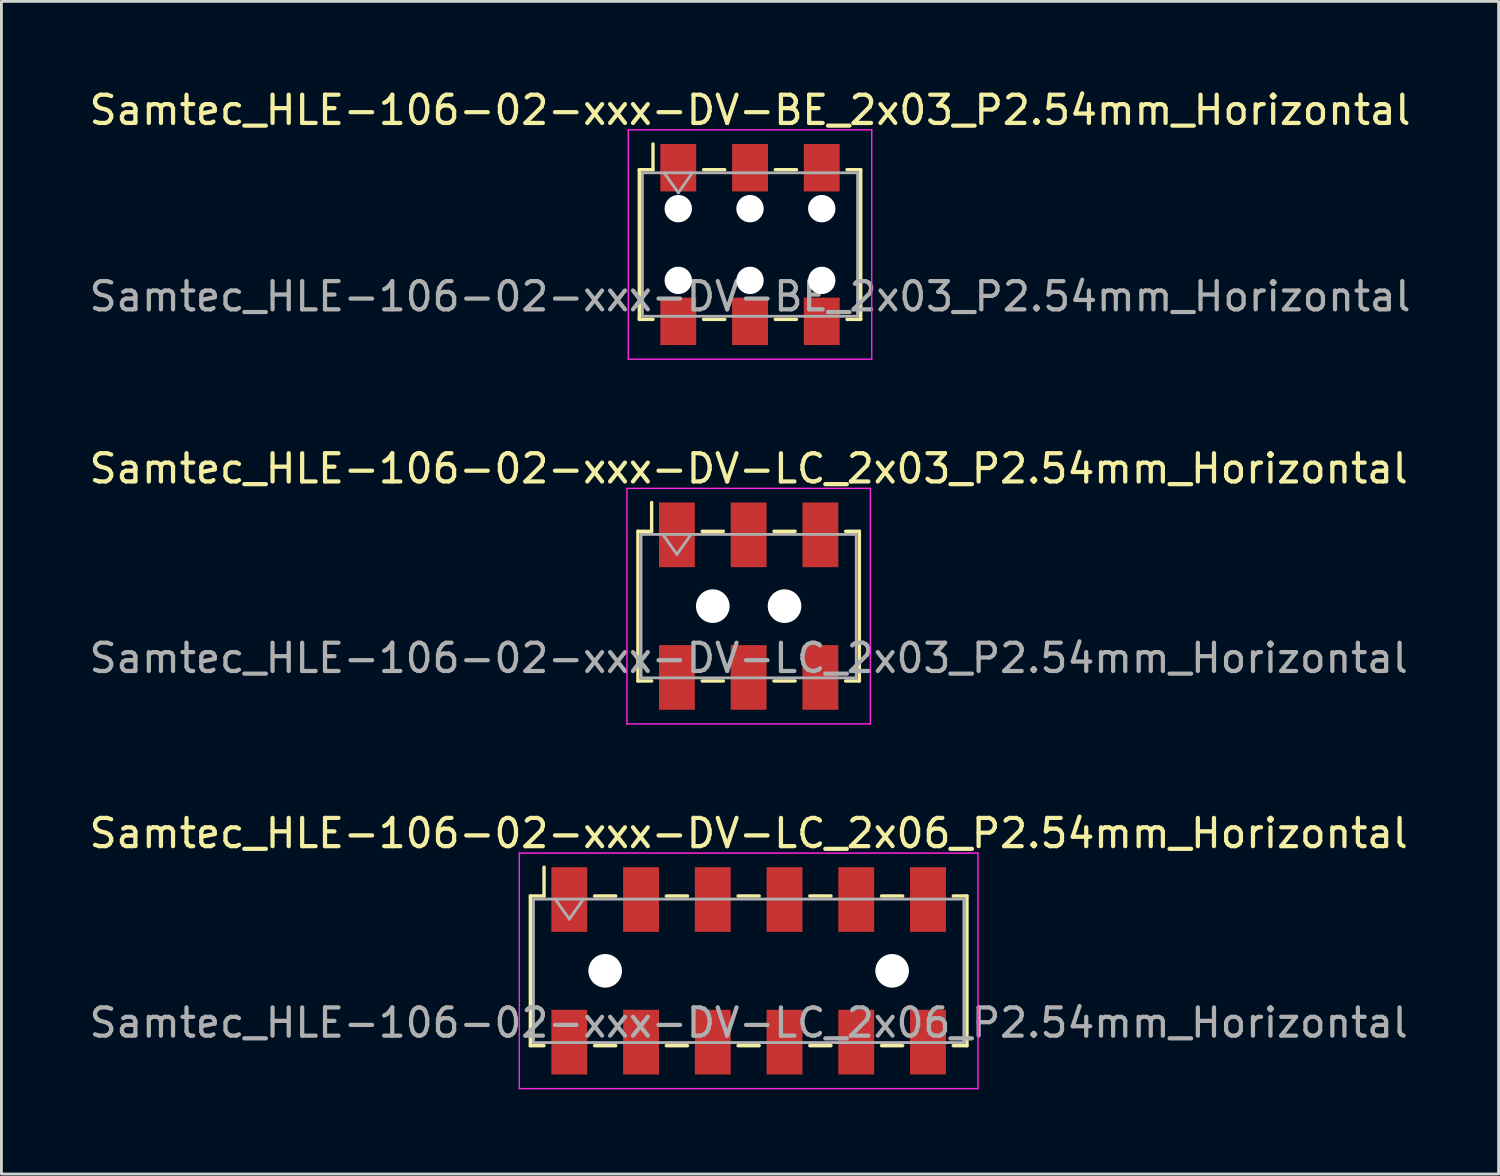
<source format=kicad_pcb>
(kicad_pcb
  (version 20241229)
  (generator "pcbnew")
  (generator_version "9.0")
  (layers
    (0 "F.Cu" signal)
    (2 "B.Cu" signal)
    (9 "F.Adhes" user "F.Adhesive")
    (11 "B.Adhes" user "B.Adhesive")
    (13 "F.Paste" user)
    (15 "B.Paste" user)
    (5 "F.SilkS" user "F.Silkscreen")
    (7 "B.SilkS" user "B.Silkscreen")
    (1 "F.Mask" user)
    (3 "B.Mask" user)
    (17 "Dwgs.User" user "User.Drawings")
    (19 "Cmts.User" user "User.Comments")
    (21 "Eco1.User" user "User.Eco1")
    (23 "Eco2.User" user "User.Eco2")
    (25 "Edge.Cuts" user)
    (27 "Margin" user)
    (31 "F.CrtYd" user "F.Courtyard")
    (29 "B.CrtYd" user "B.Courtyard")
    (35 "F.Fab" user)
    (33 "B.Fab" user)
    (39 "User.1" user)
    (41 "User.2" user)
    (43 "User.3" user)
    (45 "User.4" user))
  (footprint "Samtec_HLE-106-02-xxx-DV-BE_2x03_P2.54mm_Horizontal"
    (layer "F.Cu")
    (at 23.506 5.608)
    (property "Reference" "Samtec_HLE-106-02-xxx-DV-BE_2x03_P2.54mm_Horizontal" (at 0 -4.76 0) (layer "F.SilkS") (effects (font (size 1 1) (thickness 0.15))))
    (attr smd)
    (fp_line (start -3.92 -2.65) (end -3.92 2.65) (stroke (width 0.12) (type solid)) (layer "F.SilkS"))
    (fp_line (start -3.92 2.65) (end -3.435 2.65) (stroke (width 0.12) (type solid)) (layer "F.SilkS"))
    (fp_line (start -3.435 -3.56) (end -3.435 -2.65) (stroke (width 0.12) (type solid)) (layer "F.SilkS"))
    (fp_line (start -3.435 -2.65) (end -3.92 -2.65) (stroke (width 0.12) (type solid)) (layer "F.SilkS"))
    (fp_line (start -1.645 -2.65) (end -0.895 -2.65) (stroke (width 0.12) (type solid)) (layer "F.SilkS"))
    (fp_line (start -1.645 2.65) (end -0.895 2.65) (stroke (width 0.12) (type solid)) (layer "F.SilkS"))
    (fp_line (start 0.895 -2.65) (end 1.645 -2.65) (stroke (width 0.12) (type solid)) (layer "F.SilkS"))
    (fp_line (start 0.895 2.65) (end 1.645 2.65) (stroke (width 0.12) (type solid)) (layer "F.SilkS"))
    (fp_line (start 3.435 -2.65) (end 3.92 -2.65) (stroke (width 0.12) (type solid)) (layer "F.SilkS"))
    (fp_line (start 3.92 -2.65) (end 3.92 2.65) (stroke (width 0.12) (type solid)) (layer "F.SilkS"))
    (fp_line (start 3.92 2.65) (end 3.435 2.65) (stroke (width 0.12) (type solid)) (layer "F.SilkS"))
    (fp_line (start -4.31 -4.06) (end 4.31 -4.06) (stroke (width 0.05) (type solid)) (layer "F.CrtYd"))
    (fp_line (start -4.31 4.06) (end -4.31 -4.06) (stroke (width 0.05) (type solid)) (layer "F.CrtYd"))
    (fp_line (start 4.31 -4.06) (end 4.31 4.06) (stroke (width 0.05) (type solid)) (layer "F.CrtYd"))
    (fp_line (start 4.31 4.06) (end -4.31 4.06) (stroke (width 0.05) (type solid)) (layer "F.CrtYd"))
    (fp_line (start -3.81 -2.54) (end 3.81 -2.54) (stroke (width 0.1) (type solid)) (layer "F.Fab"))
    (fp_line (start -3.81 2.54) (end -3.81 -2.54) (stroke (width 0.1) (type solid)) (layer "F.Fab"))
    (fp_line (start -3.04 -2.54) (end -2.54 -1.833) (stroke (width 0.1) (type solid)) (layer "F.Fab"))
    (fp_line (start -2.54 -1.833) (end -2.04 -2.54) (stroke (width 0.1) (type solid)) (layer "F.Fab"))
    (fp_line (start 3.81 -2.54) (end 3.81 2.54) (stroke (width 0.1) (type solid)) (layer "F.Fab"))
    (fp_line (start 3.81 2.54) (end -3.81 2.54) (stroke (width 0.1) (type solid)) (layer "F.Fab"))
    (fp_text user "${REFERENCE}" (at 0 1.84 0) (layer "F.Fab") (effects (font (size 1 1) (thickness 0.15))))
    (pad "" np_thru_hole circle (at -2.54 -1.27) (size 0.97 0.97) (drill 0.97) (layers "*.Cu" "*.Mask"))
    (pad "" np_thru_hole circle (at -2.54 1.27) (size 0.97 0.97) (drill 0.97) (layers "*.Cu" "*.Mask"))
    (pad "" np_thru_hole circle (at 0 -1.27) (size 0.97 0.97) (drill 0.97) (layers "*.Cu" "*.Mask"))
    (pad "" np_thru_hole circle (at 0 1.27) (size 0.97 0.97) (drill 0.97) (layers "*.Cu" "*.Mask"))
    (pad "" np_thru_hole circle (at 2.54 -1.27) (size 0.97 0.97) (drill 0.97) (layers "*.Cu" "*.Mask"))
    (pad "" np_thru_hole circle (at 2.54 1.27) (size 0.97 0.97) (drill 0.97) (layers "*.Cu" "*.Mask"))
    (pad "1" smd rect (at -2.54 -2.72) (size 1.27 1.68) (layers "F.Cu" "F.Mask" "F.Paste"))
    (pad "2" smd rect (at -2.54 2.72) (size 1.27 1.68) (layers "F.Cu" "F.Mask" "F.Paste"))
    (pad "3" smd rect (at 0 -2.72) (size 1.27 1.68) (layers "F.Cu" "F.Mask" "F.Paste"))
    (pad "4" smd rect (at 0 2.72) (size 1.27 1.68) (layers "F.Cu" "F.Mask" "F.Paste"))
    (pad "5" smd rect (at 2.54 -2.72) (size 1.27 1.68) (layers "F.Cu" "F.Mask" "F.Paste"))
    (pad "6" smd rect (at 2.54 2.72) (size 1.27 1.68) (layers "F.Cu" "F.Mask" "F.Paste")))
  (footprint "Samtec_HLE-106-02-xxx-DV-LC_2x03_P2.54mm_Horizontal"
    (layer "F.Cu")
    (at 23.458 18.412)
    (property "Reference" "Samtec_HLE-106-02-xxx-DV-LC_2x03_P2.54mm_Horizontal" (at 0 -4.87 0) (layer "F.SilkS") (effects (font (size 1 1) (thickness 0.15))))
    (attr smd)
    (fp_line (start -3.92 -2.65) (end -3.92 2.65) (stroke (width 0.12) (type solid)) (layer "F.SilkS"))
    (fp_line (start -3.92 2.65) (end -3.435 2.65) (stroke (width 0.12) (type solid)) (layer "F.SilkS"))
    (fp_line (start -3.435 -3.67) (end -3.435 -2.65) (stroke (width 0.12) (type solid)) (layer "F.SilkS"))
    (fp_line (start -3.435 -2.65) (end -3.92 -2.65) (stroke (width 0.12) (type solid)) (layer "F.SilkS"))
    (fp_line (start -1.645 -2.65) (end -0.895 -2.65) (stroke (width 0.12) (type solid)) (layer "F.SilkS"))
    (fp_line (start -1.645 2.65) (end -0.895 2.65) (stroke (width 0.12) (type solid)) (layer "F.SilkS"))
    (fp_line (start 0.895 -2.65) (end 1.645 -2.65) (stroke (width 0.12) (type solid)) (layer "F.SilkS"))
    (fp_line (start 0.895 2.65) (end 1.645 2.65) (stroke (width 0.12) (type solid)) (layer "F.SilkS"))
    (fp_line (start 3.435 -2.65) (end 3.92 -2.65) (stroke (width 0.12) (type solid)) (layer "F.SilkS"))
    (fp_line (start 3.92 -2.65) (end 3.92 2.65) (stroke (width 0.12) (type solid)) (layer "F.SilkS"))
    (fp_line (start 3.92 2.65) (end 3.435 2.65) (stroke (width 0.12) (type solid)) (layer "F.SilkS"))
    (fp_line (start -4.31 -4.17) (end 4.31 -4.17) (stroke (width 0.05) (type solid)) (layer "F.CrtYd"))
    (fp_line (start -4.31 4.17) (end -4.31 -4.17) (stroke (width 0.05) (type solid)) (layer "F.CrtYd"))
    (fp_line (start 4.31 -4.17) (end 4.31 4.17) (stroke (width 0.05) (type solid)) (layer "F.CrtYd"))
    (fp_line (start 4.31 4.17) (end -4.31 4.17) (stroke (width 0.05) (type solid)) (layer "F.CrtYd"))
    (fp_line (start -3.81 -2.54) (end 3.81 -2.54) (stroke (width 0.1) (type solid)) (layer "F.Fab"))
    (fp_line (start -3.81 2.54) (end -3.81 -2.54) (stroke (width 0.1) (type solid)) (layer "F.Fab"))
    (fp_line (start -3.04 -2.54) (end -2.54 -1.833) (stroke (width 0.1) (type solid)) (layer "F.Fab"))
    (fp_line (start -2.54 -1.833) (end -2.04 -2.54) (stroke (width 0.1) (type solid)) (layer "F.Fab"))
    (fp_line (start 3.81 -2.54) (end 3.81 2.54) (stroke (width 0.1) (type solid)) (layer "F.Fab"))
    (fp_line (start 3.81 2.54) (end -3.81 2.54) (stroke (width 0.1) (type solid)) (layer "F.Fab"))
    (fp_text user "${REFERENCE}" (at 0 1.84 0) (layer "F.Fab") (effects (font (size 1 1) (thickness 0.15))))
    (pad "" np_thru_hole circle (at -1.27 0) (size 1.19 1.19) (drill 1.19) (layers "*.Cu" "*.Mask"))
    (pad "" np_thru_hole circle (at 1.27 0) (size 1.19 1.19) (drill 1.19) (layers "*.Cu" "*.Mask"))
    (pad "1" smd rect (at -2.54 -2.525) (size 1.27 2.29) (layers "F.Cu" "F.Mask" "F.Paste"))
    (pad "2" smd rect (at -2.54 2.525) (size 1.27 2.29) (layers "F.Cu" "F.Mask" "F.Paste"))
    (pad "3" smd rect (at 0 -2.525) (size 1.27 2.29) (layers "F.Cu" "F.Mask" "F.Paste"))
    (pad "4" smd rect (at 0 2.525) (size 1.27 2.29) (layers "F.Cu" "F.Mask" "F.Paste"))
    (pad "5" smd rect (at 2.54 -2.525) (size 1.27 2.29) (layers "F.Cu" "F.Mask" "F.Paste"))
    (pad "6" smd rect (at 2.54 2.525) (size 1.27 2.29) (layers "F.Cu" "F.Mask" "F.Paste")))
  (footprint "Samtec_HLE-106-02-xxx-DV-LC_2x06_P2.54mm_Horizontal"
    (layer "F.Cu")
    (at 23.458 31.325)
    (property "Reference" "Samtec_HLE-106-02-xxx-DV-LC_2x06_P2.54mm_Horizontal" (at 0 -4.87 0) (layer "F.SilkS") (effects (font (size 1 1) (thickness 0.15))))
    (attr smd)
    (fp_line (start -7.73 -2.65) (end -7.73 2.65) (stroke (width 0.12) (type solid)) (layer "F.SilkS"))
    (fp_line (start -7.73 2.65) (end -7.245 2.65) (stroke (width 0.12) (type solid)) (layer "F.SilkS"))
    (fp_line (start -7.245 -3.67) (end -7.245 -2.65) (stroke (width 0.12) (type solid)) (layer "F.SilkS"))
    (fp_line (start -7.245 -2.65) (end -7.73 -2.65) (stroke (width 0.12) (type solid)) (layer "F.SilkS"))
    (fp_line (start -5.455 -2.65) (end -4.705 -2.65) (stroke (width 0.12) (type solid)) (layer "F.SilkS"))
    (fp_line (start -5.455 2.65) (end -4.705 2.65) (stroke (width 0.12) (type solid)) (layer "F.SilkS"))
    (fp_line (start -2.915 -2.65) (end -2.165 -2.65) (stroke (width 0.12) (type solid)) (layer "F.SilkS"))
    (fp_line (start -2.915 2.65) (end -2.165 2.65) (stroke (width 0.12) (type solid)) (layer "F.SilkS"))
    (fp_line (start -0.375 -2.65) (end 0.375 -2.65) (stroke (width 0.12) (type solid)) (layer "F.SilkS"))
    (fp_line (start -0.375 2.65) (end 0.375 2.65) (stroke (width 0.12) (type solid)) (layer "F.SilkS"))
    (fp_line (start 2.165 -2.65) (end 2.915 -2.65) (stroke (width 0.12) (type solid)) (layer "F.SilkS"))
    (fp_line (start 2.165 2.65) (end 2.915 2.65) (stroke (width 0.12) (type solid)) (layer "F.SilkS"))
    (fp_line (start 4.705 -2.65) (end 5.455 -2.65) (stroke (width 0.12) (type solid)) (layer "F.SilkS"))
    (fp_line (start 4.705 2.65) (end 5.455 2.65) (stroke (width 0.12) (type solid)) (layer "F.SilkS"))
    (fp_line (start 7.245 -2.65) (end 7.73 -2.65) (stroke (width 0.12) (type solid)) (layer "F.SilkS"))
    (fp_line (start 7.73 -2.65) (end 7.73 2.65) (stroke (width 0.12) (type solid)) (layer "F.SilkS"))
    (fp_line (start 7.73 2.65) (end 7.245 2.65) (stroke (width 0.12) (type solid)) (layer "F.SilkS"))
    (fp_line (start -8.12 -4.17) (end 8.12 -4.17) (stroke (width 0.05) (type solid)) (layer "F.CrtYd"))
    (fp_line (start -8.12 4.17) (end -8.12 -4.17) (stroke (width 0.05) (type solid)) (layer "F.CrtYd"))
    (fp_line (start 8.12 -4.17) (end 8.12 4.17) (stroke (width 0.05) (type solid)) (layer "F.CrtYd"))
    (fp_line (start 8.12 4.17) (end -8.12 4.17) (stroke (width 0.05) (type solid)) (layer "F.CrtYd"))
    (fp_line (start -7.62 -2.54) (end 7.62 -2.54) (stroke (width 0.1) (type solid)) (layer "F.Fab"))
    (fp_line (start -7.62 2.54) (end -7.62 -2.54) (stroke (width 0.1) (type solid)) (layer "F.Fab"))
    (fp_line (start -6.85 -2.54) (end -6.35 -1.833) (stroke (width 0.1) (type solid)) (layer "F.Fab"))
    (fp_line (start -6.35 -1.833) (end -5.85 -2.54) (stroke (width 0.1) (type solid)) (layer "F.Fab"))
    (fp_line (start 7.62 -2.54) (end 7.62 2.54) (stroke (width 0.1) (type solid)) (layer "F.Fab"))
    (fp_line (start 7.62 2.54) (end -7.62 2.54) (stroke (width 0.1) (type solid)) (layer "F.Fab"))
    (fp_text user "${REFERENCE}" (at 0 1.84 0) (layer "F.Fab") (effects (font (size 1 1) (thickness 0.15))))
    (pad "" np_thru_hole circle (at -5.08 0) (size 1.19 1.19) (drill 1.19) (layers "*.Cu" "*.Mask"))
    (pad "" np_thru_hole circle (at 5.08 0) (size 1.19 1.19) (drill 1.19) (layers "*.Cu" "*.Mask"))
    (pad "1" smd rect (at -6.35 -2.525) (size 1.27 2.29) (layers "F.Cu" "F.Mask" "F.Paste"))
    (pad "2" smd rect (at -6.35 2.525) (size 1.27 2.29) (layers "F.Cu" "F.Mask" "F.Paste"))
    (pad "3" smd rect (at -3.81 -2.525) (size 1.27 2.29) (layers "F.Cu" "F.Mask" "F.Paste"))
    (pad "4" smd rect (at -3.81 2.525) (size 1.27 2.29) (layers "F.Cu" "F.Mask" "F.Paste"))
    (pad "5" smd rect (at -1.27 -2.525) (size 1.27 2.29) (layers "F.Cu" "F.Mask" "F.Paste"))
    (pad "6" smd rect (at -1.27 2.525) (size 1.27 2.29) (layers "F.Cu" "F.Mask" "F.Paste"))
    (pad "7" smd rect (at 1.27 -2.525) (size 1.27 2.29) (layers "F.Cu" "F.Mask" "F.Paste"))
    (pad "8" smd rect (at 1.27 2.525) (size 1.27 2.29) (layers "F.Cu" "F.Mask" "F.Paste"))
    (pad "9" smd rect (at 3.81 -2.525) (size 1.27 2.29) (layers "F.Cu" "F.Mask" "F.Paste"))
    (pad "10" smd rect (at 3.81 2.525) (size 1.27 2.29) (layers "F.Cu" "F.Mask" "F.Paste"))
    (pad "11" smd rect (at 6.35 -2.525) (size 1.27 2.29) (layers "F.Cu" "F.Mask" "F.Paste"))
    (pad "12" smd rect (at 6.35 2.525) (size 1.27 2.29) (layers "F.Cu" "F.Mask" "F.Paste")))
  (gr_rect
    (start -3 -3)
    (end 50.012 38.52)
    (stroke (width 0.1) (type default))
    (fill no)
    (layer "Edge.Cuts")))
</source>
